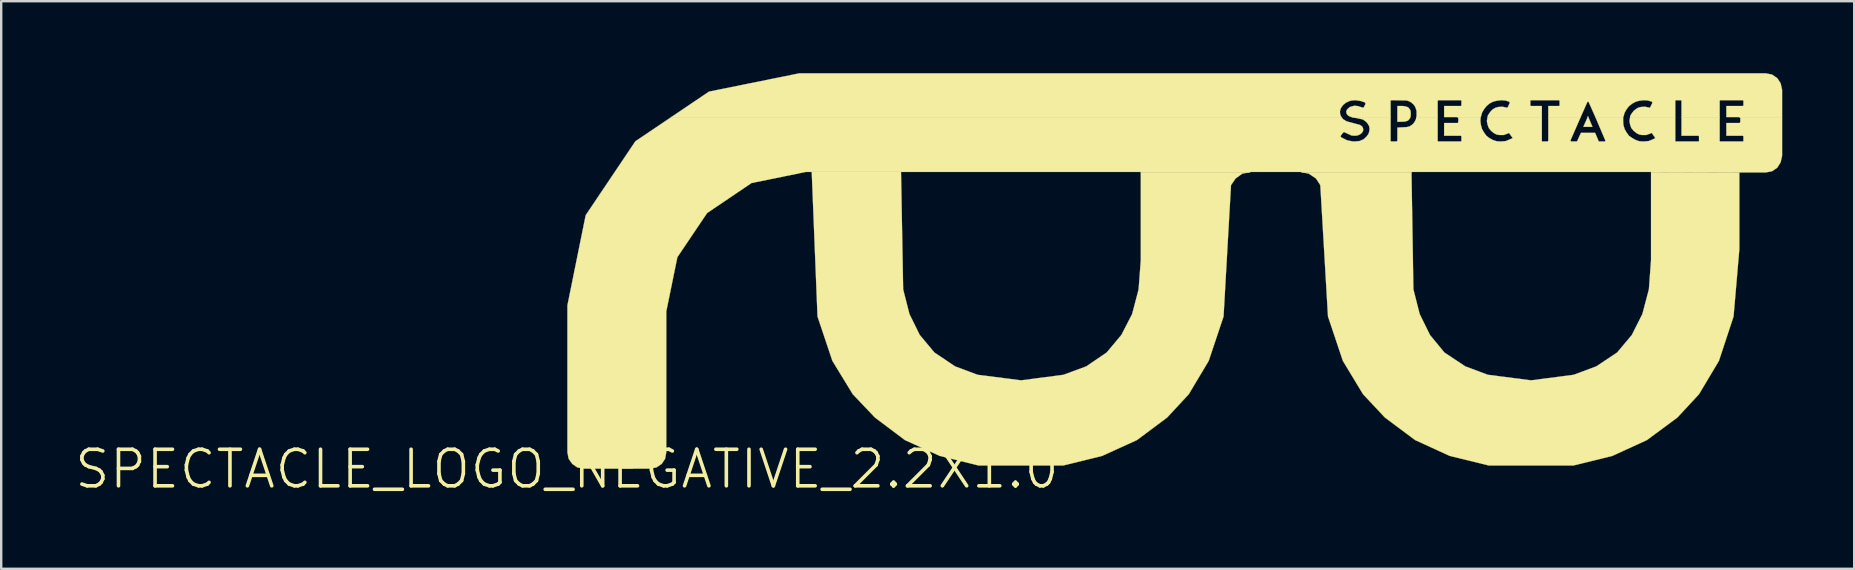
<source format=kicad_pcb>
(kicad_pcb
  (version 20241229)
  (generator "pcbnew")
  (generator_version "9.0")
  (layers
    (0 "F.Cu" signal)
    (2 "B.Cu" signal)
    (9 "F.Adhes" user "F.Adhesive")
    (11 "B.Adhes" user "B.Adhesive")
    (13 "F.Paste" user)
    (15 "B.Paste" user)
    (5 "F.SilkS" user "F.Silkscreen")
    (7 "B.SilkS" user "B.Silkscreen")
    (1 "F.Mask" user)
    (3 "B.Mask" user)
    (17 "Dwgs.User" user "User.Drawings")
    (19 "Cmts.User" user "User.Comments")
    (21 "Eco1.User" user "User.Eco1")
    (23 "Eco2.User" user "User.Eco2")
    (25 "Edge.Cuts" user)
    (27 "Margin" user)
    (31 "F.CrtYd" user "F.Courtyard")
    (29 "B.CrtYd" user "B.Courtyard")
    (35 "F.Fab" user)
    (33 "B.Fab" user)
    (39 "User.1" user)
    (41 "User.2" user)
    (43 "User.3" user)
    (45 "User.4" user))
  (footprint "SPECTACLE_LOGO_NEGATIVE_2.2X1.0"
    (layer "F.Cu")
    (at 20.574 16.495)
    (property "Reference" "SPECTACLE_LOGO_NEGATIVE_2.2X1.0" (at 0 0 0) (layer "F.SilkS") (effects (font (size 1.524 1.524) (thickness 0.15))))
    (attr exclude_from_pos_files exclude_from_bom)
    (fp_poly (pts (xy 42.54 -14.709) (xy 42.52 -14.668) (xy 42.558 -14.668)) (stroke (width 0.01) (type solid)) (fill yes) (layer "F.SilkS"))
    (fp_poly (pts (xy 42.349 -14.26) (xy 42.728 -14.26) (xy 42.558 -14.668) (xy 42.53 -14.668)) (stroke (width 0.01) (type solid)) (fill yes) (layer "F.SilkS"))
    (fp_poly (pts (xy 34.6 -15.128) (xy 34.6 -14.468) (xy 34.91 -14.478) (xy 34.978 -14.498) (xy 35.039 -14.519) (xy 35.088 -14.569) (xy 35.128 -14.618) (xy 35.138 -14.668) (xy 35.149 -14.679) (xy 35.159 -14.798) (xy 35.149 -14.92) (xy 35.128 -14.978) (xy 35.088 -15.029) (xy 35.039 -15.08) (xy 34.978 -15.098) (xy 34.91 -15.118) (xy 34.828 -15.128)) (stroke (width 0.01) (type solid)) (fill yes) (layer "F.SilkS"))
    (fp_poly (pts (xy 10.198 -12.38) (xy 10.439 -6.358) (xy 11.059 -4.508) (xy 11.908 -3.119) (xy 12.83 -2.149) (xy 14.079 -1.209) (xy 15.53 -0.549) (xy 17.148 -0.15) (xy 20.678 -0.15) (xy 22.299 -0.549) (xy 23.749 -1.209) (xy 25.009 -2.149) (xy 25.908 -3.119) (xy 26.739 -4.508) (xy 27.358 -6.358) (xy 27.668 -11.829) (xy 27.859 -12.108) (xy 28.138 -12.309) (xy 28.458 -12.37) (xy 23.909 -12.37) (xy 23.909 -8.7) (xy 23.818 -7.488) (xy 23.548 -6.459) (xy 23.099 -5.588) (xy 22.489 -4.859) (xy 21.638 -4.28) (xy 20.688 -3.929) (xy 18.918 -3.698) (xy 17.109 -3.929) (xy 16.17 -4.28) (xy 15.309 -4.859) (xy 14.699 -5.588) (xy 14.27 -6.459) (xy 14.008 -7.488) (xy 13.919 -12.38)) (stroke (width 0.01) (type solid)) (fill yes) (layer "F.SilkS"))
    (fp_poly (pts (xy 30.61 -12.37) (xy 30.909 -12.309) (xy 31.209 -12.108) (xy 31.389 -11.829) (xy 31.709 -6.358) (xy 32.329 -4.508) (xy 33.17 -3.119) (xy 34.079 -2.149) (xy 35.339 -1.209) (xy 36.779 -0.549) (xy 38.41 -0.15) (xy 41.938 -0.15) (xy 43.558 -0.549) (xy 44.999 -1.209) (xy 46.269 -2.149) (xy 47.168 -3.119) (xy 47.998 -4.508) (xy 48.608 -6.358) (xy 48.849 -9.159) (xy 48.849 -12.36) (xy 45.169 -12.37) (xy 45.169 -8.7) (xy 45.08 -7.488) (xy 44.808 -6.459) (xy 44.369 -5.588) (xy 43.759 -4.859) (xy 42.888 -4.28) (xy 41.948 -3.929) (xy 40.168 -3.698) (xy 38.369 -3.929) (xy 37.429 -4.28) (xy 36.558 -4.859) (xy 35.959 -5.588) (xy 35.53 -6.459) (xy 35.268 -7.488) (xy 35.189 -12.37)) (stroke (width 0.01) (type solid)) (fill yes) (layer "F.SilkS"))
    (fp_poly (pts (xy 9.68 -16.49) (xy 5.918 -15.728) (xy 4.348 -14.668) (xy 32.268 -14.668) (xy 32.248 -14.709) (xy 32.22 -14.778) (xy 32.21 -14.849) (xy 32.21 -14.92) (xy 32.228 -14.989) (xy 32.258 -15.06) (xy 32.339 -15.169) (xy 32.459 -15.268) (xy 32.639 -15.349) (xy 32.84 -15.37) (xy 33.068 -15.339) (xy 33.249 -15.278) (xy 33.259 -15.258) (xy 33.269 -15.248) (xy 33.269 -15.21) (xy 33.208 -15.088) (xy 33.198 -15.07) (xy 33.177 -15.06) (xy 33.16 -15.06) (xy 32.939 -15.128) (xy 32.799 -15.138) (xy 32.659 -15.098) (xy 32.609 -15.08) (xy 32.54 -15.019) (xy 32.489 -14.958) (xy 32.469 -14.9) (xy 32.479 -14.829) (xy 32.509 -14.768) (xy 32.578 -14.709) (xy 32.69 -14.668) (xy 34.318 -14.668) (xy 34.318 -15.339) (xy 34.328 -15.359) (xy 34.348 -15.37) (xy 34.369 -15.37) (xy 34.989 -15.359) (xy 35.108 -15.319) (xy 35.199 -15.258) (xy 35.268 -15.199) (xy 35.329 -15.118) (xy 35.37 -15.019) (xy 35.4 -14.92) (xy 35.4 -14.679) (xy 35.39 -14.668) (xy 36.279 -14.668) (xy 36.279 -15.339) (xy 36.289 -15.359) (xy 36.309 -15.37) (xy 37.239 -15.37) (xy 37.259 -15.359) (xy 37.269 -15.339) (xy 37.269 -15.159) (xy 37.259 -15.138) (xy 37.239 -15.128) (xy 36.548 -15.128) (xy 36.548 -14.668) (xy 38.07 -14.668) (xy 38.08 -14.679) (xy 38.128 -14.849) (xy 38.209 -14.989) (xy 38.308 -15.118) (xy 38.438 -15.23) (xy 38.588 -15.309) (xy 38.748 -15.349) (xy 38.928 -15.37) (xy 39.098 -15.359) (xy 39.258 -15.309) (xy 39.268 -15.298) (xy 39.279 -15.278) (xy 39.279 -15.248) (xy 39.2 -15.08) (xy 39.19 -15.07) (xy 39.179 -15.06) (xy 39.159 -15.06) (xy 38.979 -15.098) (xy 38.809 -15.088) (xy 38.699 -15.06) (xy 38.588 -14.999) (xy 38.509 -14.928) (xy 38.438 -14.839) (xy 38.369 -14.729) (xy 38.359 -14.668) (xy 40.62 -14.668) (xy 40.62 -15.128) (xy 40.168 -15.128) (xy 40.15 -15.138) (xy 40.14 -15.159) (xy 40.14 -15.339) (xy 40.15 -15.359) (xy 40.168 -15.37) (xy 41.328 -15.37) (xy 41.349 -15.359) (xy 41.359 -15.339) (xy 41.359 -15.159) (xy 41.349 -15.138) (xy 41.328 -15.128) (xy 40.889 -15.128) (xy 40.889 -14.668) (xy 42.238 -14.668) (xy 42.509 -15.278) (xy 42.52 -15.298) (xy 42.54 -15.309) (xy 42.568 -15.298) (xy 42.578 -15.278) (xy 42.85 -14.668) (xy 44.008 -14.668) (xy 44.018 -14.679) (xy 44.069 -14.849) (xy 44.148 -14.989) (xy 44.249 -15.118) (xy 44.389 -15.23) (xy 44.539 -15.309) (xy 44.689 -15.349) (xy 44.869 -15.37) (xy 45.039 -15.359) (xy 45.199 -15.309) (xy 45.22 -15.298) (xy 45.22 -15.248) (xy 45.138 -15.08) (xy 45.138 -15.07) (xy 45.118 -15.06) (xy 45.098 -15.06) (xy 44.92 -15.098) (xy 44.75 -15.088) (xy 44.638 -15.06) (xy 44.539 -14.999) (xy 44.45 -14.928) (xy 44.379 -14.839) (xy 44.308 -14.729) (xy 44.298 -14.668) (xy 46.18 -14.668) (xy 46.18 -15.339) (xy 46.19 -15.359) (xy 46.198 -15.37) (xy 46.419 -15.37) (xy 46.429 -15.359) (xy 46.439 -15.339) (xy 46.439 -14.668) (xy 48.029 -14.668) (xy 48.029 -15.339) (xy 48.039 -15.359) (xy 48.059 -15.37) (xy 48.989 -15.37) (xy 49.009 -15.359) (xy 49.019 -15.339) (xy 49.019 -15.159) (xy 49.009 -15.138) (xy 48.989 -15.128) (xy 48.308 -15.128) (xy 48.308 -14.668) (xy 50.63 -14.668) (xy 50.63 -15.809) (xy 50.569 -16.078) (xy 50.429 -16.289) (xy 50.208 -16.439) (xy 49.949 -16.49)) (stroke (width 0.01) (type solid)) (fill yes) (layer "F.SilkS"))
    (fp_poly (pts (xy 4.348 -14.668) (xy 2.85 -13.658) (xy 0.78 -10.579) (xy 0.018 -6.82) (xy 0.018 -0.699) (xy 0.069 -0.429) (xy 0.218 -0.218) (xy 0.429 -0.069) (xy 0.699 -0.018) (xy 3.459 -0.018) (xy 3.729 -0.069) (xy 3.95 -0.218) (xy 4.089 -0.429) (xy 4.138 -0.699) (xy 4.138 -6.568) (xy 4.6 -8.829) (xy 5.839 -10.668) (xy 7.689 -11.918) (xy 9.949 -12.38) (xy 23.909 -12.38) (xy 23.909 -12.37) (xy 28.458 -12.37) (xy 28.499 -12.38) (xy 30.569 -12.38) (xy 30.61 -12.37) (xy 35.189 -12.37) (xy 35.189 -12.38) (xy 45.169 -12.38) (xy 45.169 -12.37) (xy 48.849 -12.36) (xy 49.949 -12.36) (xy 50.208 -12.408) (xy 50.429 -12.558) (xy 50.569 -12.779) (xy 50.63 -13.048) (xy 50.63 -14.668) (xy 48.839 -14.668) (xy 48.859 -14.658) (xy 48.87 -14.648) (xy 48.88 -14.648) (xy 48.89 -14.628) (xy 48.89 -14.468) (xy 48.88 -14.448) (xy 48.87 -14.43) (xy 48.859 -14.42) (xy 48.308 -14.42) (xy 48.308 -13.889) (xy 48.989 -13.889) (xy 49.009 -13.879) (xy 49.019 -13.858) (xy 49.019 -13.668) (xy 49.009 -13.658) (xy 48.989 -13.65) (xy 48.059 -13.65) (xy 48.039 -13.658) (xy 48.029 -13.668) (xy 48.029 -14.668) (xy 46.439 -14.668) (xy 46.439 -13.889) (xy 47.14 -13.889) (xy 47.158 -13.879) (xy 47.168 -13.858) (xy 47.168 -13.668) (xy 47.158 -13.658) (xy 47.14 -13.65) (xy 46.18 -13.65) (xy 46.18 -14.668) (xy 44.298 -14.668) (xy 44.29 -14.628) (xy 44.27 -14.498) (xy 44.298 -14.348) (xy 44.348 -14.209) (xy 44.45 -14.089) (xy 44.58 -13.988) (xy 44.679 -13.94) (xy 44.788 -13.919) (xy 44.968 -13.919) (xy 45.159 -13.988) (xy 45.199 -14.008) (xy 45.349 -13.79) (xy 45.248 -13.739) (xy 45.07 -13.668) (xy 44.869 -13.65) (xy 44.689 -13.658) (xy 44.539 -13.708) (xy 44.389 -13.79) (xy 44.249 -13.889) (xy 44.148 -14.028) (xy 44.069 -14.168) (xy 44.018 -14.338) (xy 44.008 -14.498) (xy 44.008 -14.668) (xy 42.85 -14.668) (xy 43.259 -13.708) (xy 43.269 -13.678) (xy 43.259 -13.668) (xy 43.249 -13.65) (xy 43 -13.65) (xy 42.989 -13.658) (xy 42.84 -14.008) (xy 42.248 -14.008) (xy 42.088 -13.658) (xy 42.078 -13.65) (xy 41.829 -13.65) (xy 41.829 -13.668) (xy 41.819 -13.678) (xy 41.819 -13.708) (xy 42.238 -14.668) (xy 40.889 -14.668) (xy 40.889 -13.688) (xy 40.879 -13.668) (xy 40.869 -13.658) (xy 40.858 -13.65) (xy 40.64 -13.65) (xy 40.62 -13.658) (xy 40.62 -14.668) (xy 38.359 -14.668) (xy 38.349 -14.628) (xy 38.329 -14.498) (xy 38.359 -14.348) (xy 38.41 -14.209) (xy 38.509 -14.089) (xy 38.638 -13.988) (xy 38.738 -13.94) (xy 38.849 -13.919) (xy 39.03 -13.919) (xy 39.218 -13.988) (xy 39.248 -14.008) (xy 39.408 -13.79) (xy 39.119 -13.668) (xy 38.928 -13.65) (xy 38.748 -13.658) (xy 38.588 -13.708) (xy 38.438 -13.79) (xy 38.308 -13.889) (xy 38.209 -14.028) (xy 38.128 -14.168) (xy 38.08 -14.338) (xy 38.059 -14.498) (xy 38.07 -14.668) (xy 37.089 -14.668) (xy 37.109 -14.658) (xy 37.12 -14.648) (xy 37.13 -14.648) (xy 37.14 -14.628) (xy 37.14 -14.468) (xy 37.13 -14.448) (xy 37.12 -14.43) (xy 37.109 -14.42) (xy 36.548 -14.42) (xy 36.548 -13.889) (xy 37.239 -13.889) (xy 37.259 -13.879) (xy 37.269 -13.858) (xy 37.269 -13.668) (xy 37.259 -13.658) (xy 37.239 -13.65) (xy 36.309 -13.65) (xy 36.289 -13.658) (xy 36.279 -13.668) (xy 36.279 -14.668) (xy 35.39 -14.668) (xy 35.37 -14.569) (xy 35.329 -14.488) (xy 35.268 -14.399) (xy 35.199 -14.338) (xy 35.108 -14.28) (xy 34.989 -14.249) (xy 34.6 -14.229) (xy 34.6 -13.688) (xy 34.59 -13.668) (xy 34.58 -13.658) (xy 34.569 -13.65) (xy 34.348 -13.65) (xy 34.328 -13.658) (xy 34.318 -13.668) (xy 34.318 -14.668) (xy 32.69 -14.668) (xy 33.16 -14.569) (xy 33.249 -14.508) (xy 33.31 -14.458) (xy 33.358 -14.399) (xy 33.398 -14.338) (xy 33.429 -14.27) (xy 33.439 -14.188) (xy 33.439 -14.12) (xy 33.419 -14.039) (xy 33.398 -13.97) (xy 33.31 -13.848) (xy 33.188 -13.739) (xy 33.02 -13.668) (xy 32.819 -13.65) (xy 32.758 -13.65) (xy 32.509 -13.698) (xy 32.268 -13.818) (xy 32.248 -13.838) (xy 32.238 -13.858) (xy 32.238 -13.879) (xy 32.248 -13.899) (xy 32.339 -14.018) (xy 32.349 -14.028) (xy 32.37 -14.039) (xy 32.388 -14.039) (xy 32.69 -13.899) (xy 32.85 -13.889) (xy 32.918 -13.899) (xy 32.99 -13.919) (xy 33.048 -13.95) (xy 33.109 -13.998) (xy 33.16 -14.059) (xy 33.177 -14.127) (xy 33.17 -14.199) (xy 33.139 -14.27) (xy 33.048 -14.338) (xy 32.489 -14.488) (xy 32.339 -14.58) (xy 32.288 -14.648) (xy 32.268 -14.668)) (stroke (width 0.01) (type solid)) (fill yes) (layer "F.SilkS")))
  (gr_rect
    (start -3 -3)
    (end 74.209 20.649)
    (stroke (width 0.1) (type default))
    (fill no)
    (layer "Edge.Cuts")))
</source>
